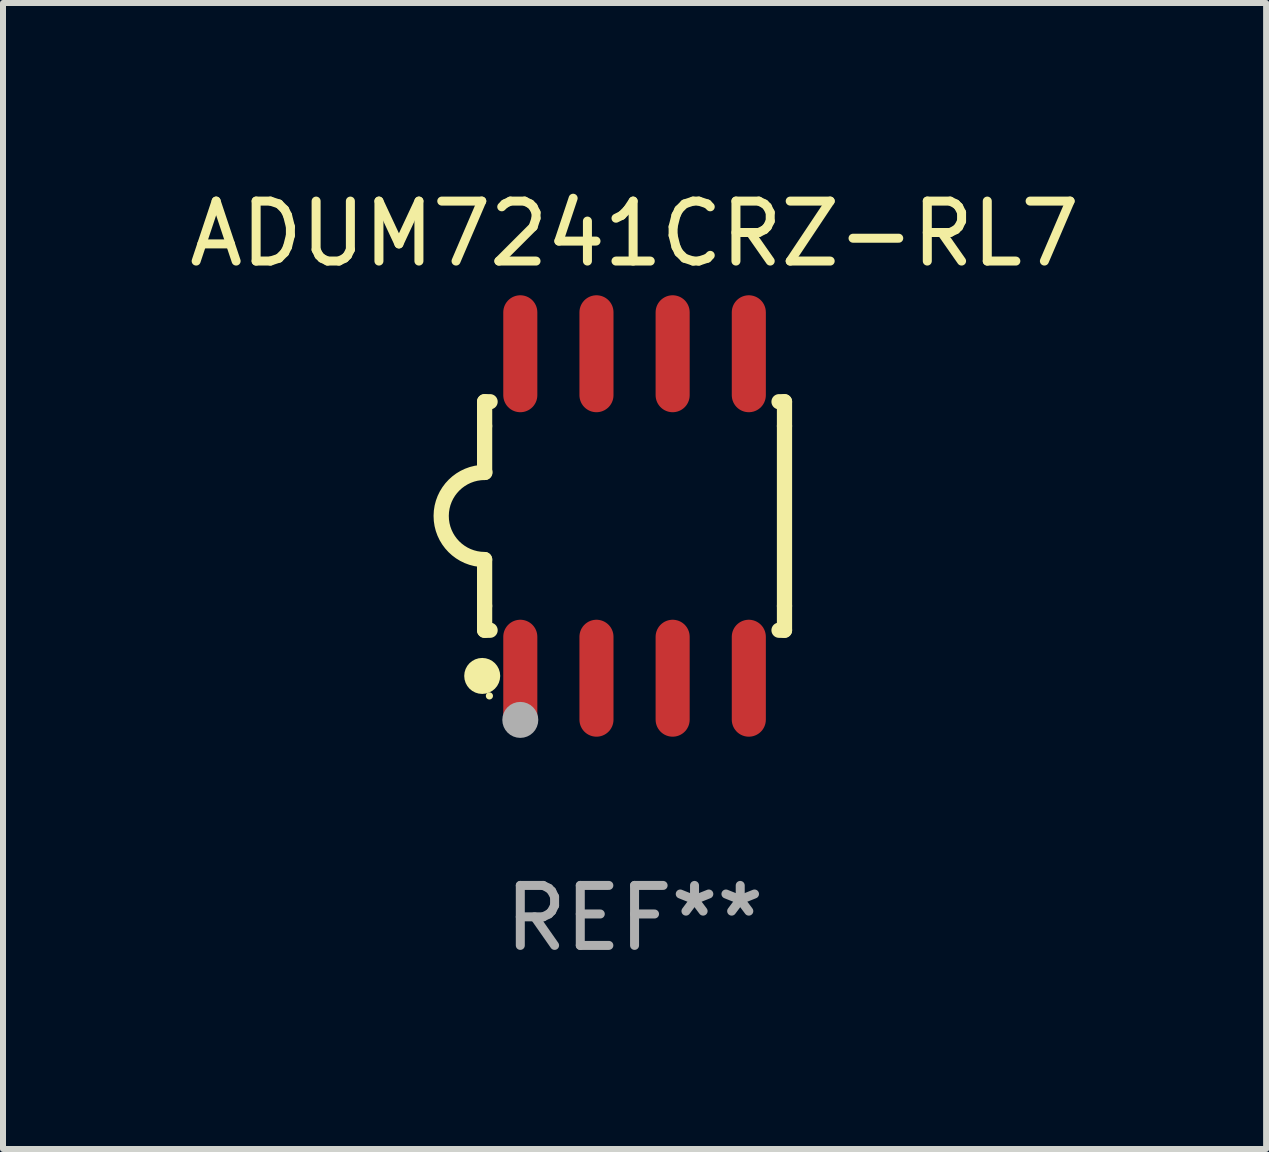
<source format=kicad_pcb>
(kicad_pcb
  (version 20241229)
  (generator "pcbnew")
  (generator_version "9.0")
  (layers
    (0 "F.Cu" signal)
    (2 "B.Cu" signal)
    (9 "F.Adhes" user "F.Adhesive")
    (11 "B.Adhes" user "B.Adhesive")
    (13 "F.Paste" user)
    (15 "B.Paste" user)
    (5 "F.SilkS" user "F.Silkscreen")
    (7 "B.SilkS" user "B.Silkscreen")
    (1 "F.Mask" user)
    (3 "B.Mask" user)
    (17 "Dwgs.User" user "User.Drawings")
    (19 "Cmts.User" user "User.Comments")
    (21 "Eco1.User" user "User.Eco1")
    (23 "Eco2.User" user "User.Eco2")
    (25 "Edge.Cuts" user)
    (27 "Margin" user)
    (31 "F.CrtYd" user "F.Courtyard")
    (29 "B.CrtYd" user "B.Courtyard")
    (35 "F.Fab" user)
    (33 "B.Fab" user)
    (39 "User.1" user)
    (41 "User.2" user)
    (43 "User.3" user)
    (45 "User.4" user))
  (footprint "ADUM7241CRZ-RL7"
    (layer "F.Cu")
    (at 7.53 5.553)
    (property "Reference" "ADUM7241CRZ-RL7" (at 0 -4.705 0) (layer "F.SilkS") (effects (font (size 1 1) (thickness 0.15))))
    (attr through_hole)
    (fp_line (start -2.5 -1.905) (end -2.409 -1.905) (stroke (width 0.254) (type solid)) (layer "F.SilkS"))
    (fp_line (start -2.5 -1.5) (end -2.5 -1.905) (stroke (width 0.254) (type solid)) (layer "F.SilkS"))
    (fp_line (start -2.5 -1.5) (end -2.5 -0.726) (stroke (width 0.254) (type solid)) (layer "F.SilkS"))
    (fp_line (start -2.5 1.5) (end -2.5 0.727) (stroke (width 0.254) (type solid)) (layer "F.SilkS"))
    (fp_line (start -2.5 1.5) (end -2.5 1.905) (stroke (width 0.254) (type solid)) (layer "F.SilkS"))
    (fp_line (start -2.5 1.905) (end -2.409 1.905) (stroke (width 0.254) (type solid)) (layer "F.SilkS"))
    (fp_line (start 2.5 -1.905) (end 2.409 -1.905) (stroke (width 0.254) (type solid)) (layer "F.SilkS"))
    (fp_line (start 2.5 -1.5) (end 2.5 -1.905) (stroke (width 0.254) (type solid)) (layer "F.SilkS"))
    (fp_line (start 2.5 -1.5) (end 2.5 1.5) (stroke (width 0.254) (type solid)) (layer "F.SilkS"))
    (fp_line (start 2.5 1.5) (end 2.5 1.905) (stroke (width 0.254) (type solid)) (layer "F.SilkS"))
    (fp_line (start 2.5 1.905) (end 2.409 1.905) (stroke (width 0.254) (type solid)) (layer "F.SilkS"))
    (fp_arc (start -2.5 0.726568) (mid -3.220316 -0.0023) (end -2.495097 -0.726289) (stroke (width 0.254001) (type solid)) (layer "F.SilkS"))
    (fp_circle (center -2.54 2.667) (end -2.39 2.667) (stroke (width 0.3) (type solid)) (fill no) (layer "F.SilkS"))
    (fp_circle (center -2.42 3) (end -2.39 3) (stroke (width 0.06) (type solid)) (fill no) (layer "F.SilkS"))
    (fp_circle (center -1.905 3.4) (end -1.755 3.4) (stroke (width 0.3) (type solid)) (fill no) (layer "F.Fab"))
    (fp_text user "REF**" (at 0 6.705 0) (layer "F.Fab") (effects (font (size 1 1) (thickness 0.15))))
    (pad "1" smd oval (at -1.905 2.705) (size 0.568 1.95) (layers "F.Cu" "F.Mask" "F.Paste"))
    (pad "2" smd oval (at -0.635 2.705) (size 0.568 1.95) (layers "F.Cu" "F.Mask" "F.Paste"))
    (pad "3" smd oval (at 0.635 2.705) (size 0.568 1.95) (layers "F.Cu" "F.Mask" "F.Paste"))
    (pad "4" smd oval (at 1.905 2.705) (size 0.568 1.95) (layers "F.Cu" "F.Mask" "F.Paste"))
    (pad "5" smd oval (at 1.905 -2.705) (size 0.568 1.95) (layers "F.Cu" "F.Mask" "F.Paste"))
    (pad "6" smd oval (at 0.635 -2.705) (size 0.568 1.95) (layers "F.Cu" "F.Mask" "F.Paste"))
    (pad "7" smd oval (at -0.635 -2.705) (size 0.568 1.95) (layers "F.Cu" "F.Mask" "F.Paste"))
    (pad "8" smd oval (at -1.905 -2.705) (size 0.568 1.95) (layers "F.Cu" "F.Mask" "F.Paste")))
  (gr_rect
    (start -3 -3)
    (end 18.06 16.107)
    (stroke (width 0.1) (type default))
    (fill no)
    (layer "Edge.Cuts")))
</source>
